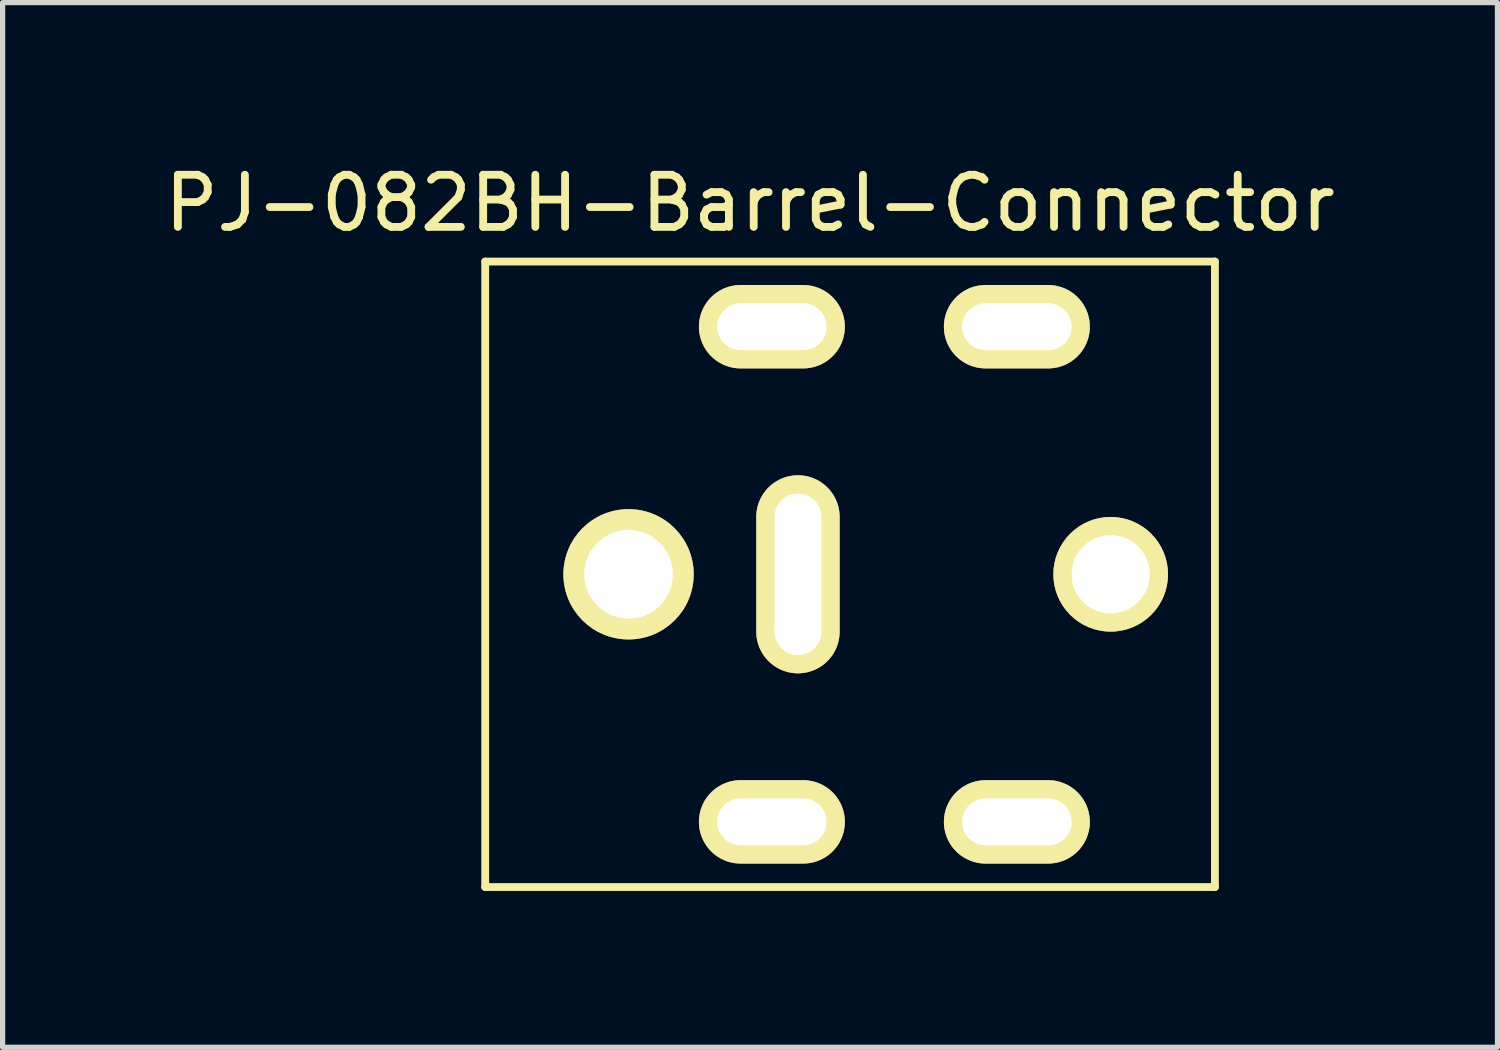
<source format=kicad_pcb>
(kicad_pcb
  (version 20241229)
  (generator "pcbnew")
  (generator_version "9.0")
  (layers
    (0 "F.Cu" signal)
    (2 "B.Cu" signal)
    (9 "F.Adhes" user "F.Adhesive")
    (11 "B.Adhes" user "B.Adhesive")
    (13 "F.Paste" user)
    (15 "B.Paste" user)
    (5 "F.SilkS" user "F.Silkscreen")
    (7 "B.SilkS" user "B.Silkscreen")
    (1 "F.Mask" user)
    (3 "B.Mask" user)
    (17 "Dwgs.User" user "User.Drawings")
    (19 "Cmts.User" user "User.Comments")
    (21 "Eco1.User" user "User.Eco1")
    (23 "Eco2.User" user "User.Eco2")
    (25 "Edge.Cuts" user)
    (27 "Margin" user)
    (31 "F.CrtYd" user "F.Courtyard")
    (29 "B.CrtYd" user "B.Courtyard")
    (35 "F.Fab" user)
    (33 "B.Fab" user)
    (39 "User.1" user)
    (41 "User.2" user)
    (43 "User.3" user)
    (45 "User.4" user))
  (footprint "PJ-082BH-Barrel-Connector"
    (layer "F.Cu")
    (at 6.259 7.968)
    (property "Reference" "PJ-082BH-Barrel-Connector" (at 5.08 -7.12 0) (layer "F.SilkS") (effects (font (size 1 1) (thickness 0.15))))
    (attr through_hole)
    (fp_line (start 0 -6) (end 14 -6) (stroke (width 0.15) (type solid)) (layer "F.SilkS"))
    (fp_line (start 0 6) (end 0 -6) (stroke (width 0.15) (type solid)) (layer "F.SilkS"))
    (fp_line (start 0 6) (end 14 6) (stroke (width 0.15) (type solid)) (layer "F.SilkS"))
    (fp_line (start 14 -6) (end 14 6) (stroke (width 0.15) (type solid)) (layer "F.SilkS"))
    (pad "" thru_hole circle (at 2.75 0) (size 2.5 2.5) (drill 1.7) (layers "*.Cu" "*.Mask" "F.SilkS"))
    (pad "1" thru_hole oval (at 5.5 -4.75) (size 2.8 1.6) (drill oval 2.1 0.9) (layers "*.Cu" "*.Mask" "F.SilkS"))
    (pad "1" thru_hole oval (at 5.5 4.75) (size 2.8 1.6) (drill oval 2.1 0.9) (layers "*.Cu" "*.Mask" "F.SilkS"))
    (pad "1" thru_hole oval (at 10.2 -4.75) (size 2.8 1.6) (drill oval 2.1 0.9) (layers "*.Cu" "*.Mask" "F.SilkS"))
    (pad "1" thru_hole oval (at 10.2 4.75) (size 2.8 1.6) (drill oval 2.1 0.9) (layers "*.Cu" "*.Mask" "F.SilkS"))
    (pad "2" thru_hole oval (at 6 0) (size 1.6 3.8) (drill oval 0.9 3.1) (layers "*.Cu" "*.Mask" "F.SilkS"))
    (pad "3" thru_hole circle (at 12 0) (size 2.2 2.2) (drill 1.5) (layers "*.Cu" "*.Mask" "F.SilkS")))
  (gr_rect
    (start -3 -3)
    (end 25.679 17.043)
    (stroke (width 0.1) (type default))
    (fill no)
    (layer "Edge.Cuts")))
</source>
